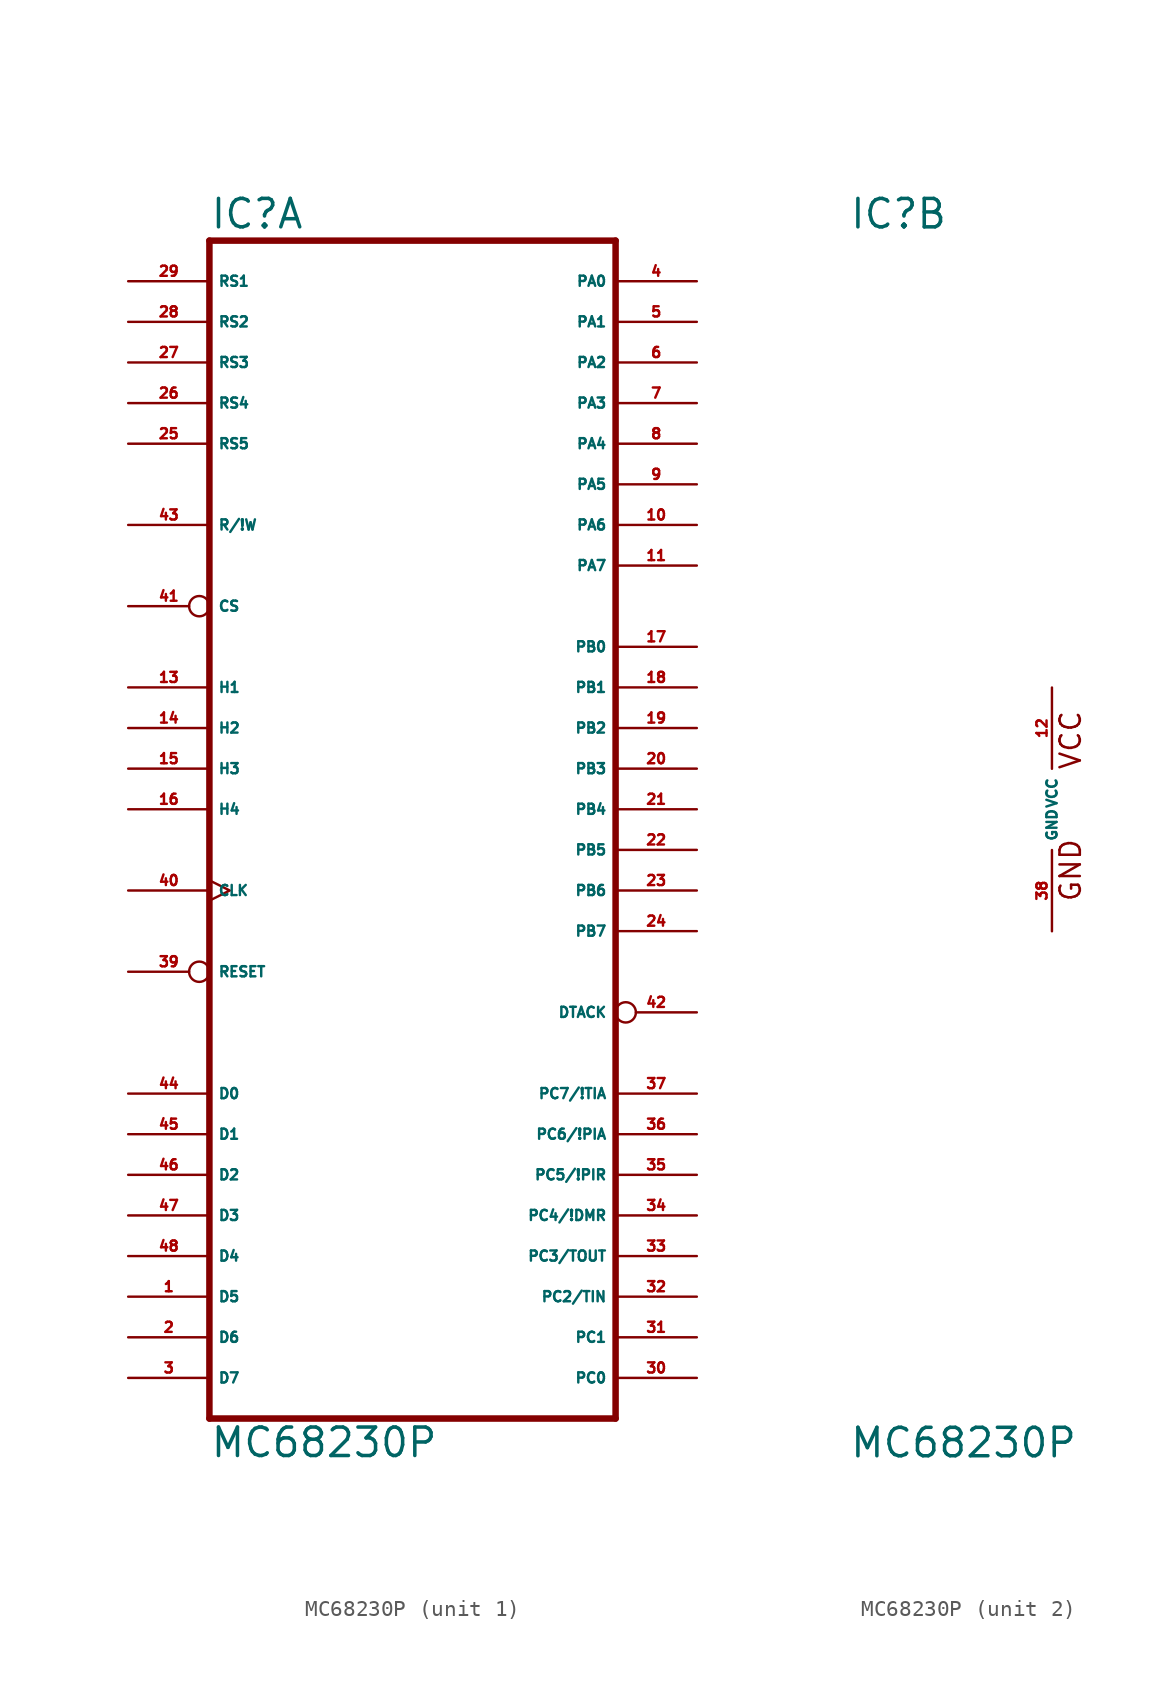
<source format=kicad_sym>
(kicad_symbol_lib
  (version 20220914)
  (generator Eagle2Kicad)
  (symbol "MC68230P"
    (property "Reference" "IC"
      (at -12.7 36.195 0)
      (effects (font (size 1.778 1.778) (thickness 0.22)) (justify left bottom)))
    (property "Value" "MC68230P"
      (at -12.7 -40.64 0)
      (effects (font (size 1.778 1.778) (thickness 0.22)) (justify left bottom)))
    (symbol "MC68230P_1_0"
      (polyline (pts (xy -12.7 -38.1) (xy 12.7 -38.1)) (stroke (width 0.406) (type default)) (fill (type none)))
      (polyline (pts (xy 12.7 -38.1) (xy 12.7 35.56)) (stroke (width 0.406) (type default)) (fill (type none)))
      (polyline (pts (xy 12.7 35.56) (xy -12.7 35.56)) (stroke (width 0.406) (type default)) (fill (type none)))
      (polyline (pts (xy -12.7 -38.1) (xy -12.7 35.56)) (stroke (width 0.406) (type default)) (fill (type none)))
      (pin input line (at -17.78 33.02 0) (length 5.08) (name "RS1" (effects (font (size 0.635 0.635) (thickness 0.08)) (justify left bottom))) (number "29" (effects (font (size 0.635 0.635) (thickness 0.08)) (justify left bottom))))
      (pin input line (at -17.78 30.48 0) (length 5.08) (name "RS2" (effects (font (size 0.635 0.635) (thickness 0.08)) (justify left bottom))) (number "28" (effects (font (size 0.635 0.635) (thickness 0.08)) (justify left bottom))))
      (pin input line (at -17.78 27.94 0) (length 5.08) (name "RS3" (effects (font (size 0.635 0.635) (thickness 0.08)) (justify left bottom))) (number "27" (effects (font (size 0.635 0.635) (thickness 0.08)) (justify left bottom))))
      (pin input line (at -17.78 25.4 0) (length 5.08) (name "RS4" (effects (font (size 0.635 0.635) (thickness 0.08)) (justify left bottom))) (number "26" (effects (font (size 0.635 0.635) (thickness 0.08)) (justify left bottom))))
      (pin input line (at -17.78 22.86 0) (length 5.08) (name "RS5" (effects (font (size 0.635 0.635) (thickness 0.08)) (justify left bottom))) (number "25" (effects (font (size 0.635 0.635) (thickness 0.08)) (justify left bottom))))
      (pin input line (at -17.78 17.78 0) (length 5.08) (name "R/!W" (effects (font (size 0.635 0.635) (thickness 0.08)) (justify left bottom))) (number "43" (effects (font (size 0.635 0.635) (thickness 0.08)) (justify left bottom))))
      (pin input inverted (at -17.78 12.7 0) (length 5.08) (name "CS" (effects (font (size 0.635 0.635) (thickness 0.08)) (justify left bottom))) (number "41" (effects (font (size 0.635 0.635) (thickness 0.08)) (justify left bottom))))
      (pin input line (at -17.78 7.62 0) (length 5.08) (name "H1" (effects (font (size 0.635 0.635) (thickness 0.08)) (justify left bottom))) (number "13" (effects (font (size 0.635 0.635) (thickness 0.08)) (justify left bottom))))
      (pin bidirectional line (at -17.78 5.08 0) (length 5.08) (name "H2" (effects (font (size 0.635 0.635) (thickness 0.08)) (justify left bottom))) (number "14" (effects (font (size 0.635 0.635) (thickness 0.08)) (justify left bottom))))
      (pin input line (at -17.78 2.54 0) (length 5.08) (name "H3" (effects (font (size 0.635 0.635) (thickness 0.08)) (justify left bottom))) (number "15" (effects (font (size 0.635 0.635) (thickness 0.08)) (justify left bottom))))
      (pin bidirectional line (at -17.78 0 0) (length 5.08) (name "H4" (effects (font (size 0.635 0.635) (thickness 0.08)) (justify left bottom))) (number "16" (effects (font (size 0.635 0.635) (thickness 0.08)) (justify left bottom))))
      (pin input clock (at -17.78 -5.08 0) (length 5.08) (name "CLK" (effects (font (size 0.635 0.635) (thickness 0.08)) (justify left bottom))) (number "40" (effects (font (size 0.635 0.635) (thickness 0.08)) (justify left bottom))))
      (pin bidirectional line (at -17.78 -17.78 0) (length 5.08) (name "D0" (effects (font (size 0.635 0.635) (thickness 0.08)) (justify left bottom))) (number "44" (effects (font (size 0.635 0.635) (thickness 0.08)) (justify left bottom))))
      (pin bidirectional line (at -17.78 -20.32 0) (length 5.08) (name "D1" (effects (font (size 0.635 0.635) (thickness 0.08)) (justify left bottom))) (number "45" (effects (font (size 0.635 0.635) (thickness 0.08)) (justify left bottom))))
      (pin bidirectional line (at -17.78 -22.86 0) (length 5.08) (name "D2" (effects (font (size 0.635 0.635) (thickness 0.08)) (justify left bottom))) (number "46" (effects (font (size 0.635 0.635) (thickness 0.08)) (justify left bottom))))
      (pin bidirectional line (at -17.78 -25.4 0) (length 5.08) (name "D3" (effects (font (size 0.635 0.635) (thickness 0.08)) (justify left bottom))) (number "47" (effects (font (size 0.635 0.635) (thickness 0.08)) (justify left bottom))))
      (pin bidirectional line (at -17.78 -27.94 0) (length 5.08) (name "D4" (effects (font (size 0.635 0.635) (thickness 0.08)) (justify left bottom))) (number "48" (effects (font (size 0.635 0.635) (thickness 0.08)) (justify left bottom))))
      (pin bidirectional line (at -17.78 -30.48 0) (length 5.08) (name "D5" (effects (font (size 0.635 0.635) (thickness 0.08)) (justify left bottom))) (number "1" (effects (font (size 0.635 0.635) (thickness 0.08)) (justify left bottom))))
      (pin bidirectional line (at -17.78 -33.02 0) (length 5.08) (name "D6" (effects (font (size 0.635 0.635) (thickness 0.08)) (justify left bottom))) (number "2" (effects (font (size 0.635 0.635) (thickness 0.08)) (justify left bottom))))
      (pin bidirectional line (at -17.78 -35.56 0) (length 5.08) (name "D7" (effects (font (size 0.635 0.635) (thickness 0.08)) (justify left bottom))) (number "3" (effects (font (size 0.635 0.635) (thickness 0.08)) (justify left bottom))))
      (pin bidirectional line (at 17.78 33.02 180) (length 5.08) (name "PA0" (effects (font (size 0.635 0.635) (thickness 0.08)) (justify left bottom))) (number "4" (effects (font (size 0.635 0.635) (thickness 0.08)) (justify left bottom))))
      (pin bidirectional line (at 17.78 30.48 180) (length 5.08) (name "PA1" (effects (font (size 0.635 0.635) (thickness 0.08)) (justify left bottom))) (number "5" (effects (font (size 0.635 0.635) (thickness 0.08)) (justify left bottom))))
      (pin bidirectional line (at 17.78 27.94 180) (length 5.08) (name "PA2" (effects (font (size 0.635 0.635) (thickness 0.08)) (justify left bottom))) (number "6" (effects (font (size 0.635 0.635) (thickness 0.08)) (justify left bottom))))
      (pin bidirectional line (at 17.78 25.4 180) (length 5.08) (name "PA3" (effects (font (size 0.635 0.635) (thickness 0.08)) (justify left bottom))) (number "7" (effects (font (size 0.635 0.635) (thickness 0.08)) (justify left bottom))))
      (pin bidirectional line (at 17.78 22.86 180) (length 5.08) (name "PA4" (effects (font (size 0.635 0.635) (thickness 0.08)) (justify left bottom))) (number "8" (effects (font (size 0.635 0.635) (thickness 0.08)) (justify left bottom))))
      (pin bidirectional line (at 17.78 20.32 180) (length 5.08) (name "PA5" (effects (font (size 0.635 0.635) (thickness 0.08)) (justify left bottom))) (number "9" (effects (font (size 0.635 0.635) (thickness 0.08)) (justify left bottom))))
      (pin bidirectional line (at 17.78 17.78 180) (length 5.08) (name "PA6" (effects (font (size 0.635 0.635) (thickness 0.08)) (justify left bottom))) (number "10" (effects (font (size 0.635 0.635) (thickness 0.08)) (justify left bottom))))
      (pin bidirectional line (at 17.78 15.24 180) (length 5.08) (name "PA7" (effects (font (size 0.635 0.635) (thickness 0.08)) (justify left bottom))) (number "11" (effects (font (size 0.635 0.635) (thickness 0.08)) (justify left bottom))))
      (pin bidirectional line (at 17.78 10.16 180) (length 5.08) (name "PB0" (effects (font (size 0.635 0.635) (thickness 0.08)) (justify left bottom))) (number "17" (effects (font (size 0.635 0.635) (thickness 0.08)) (justify left bottom))))
      (pin bidirectional line (at 17.78 7.62 180) (length 5.08) (name "PB1" (effects (font (size 0.635 0.635) (thickness 0.08)) (justify left bottom))) (number "18" (effects (font (size 0.635 0.635) (thickness 0.08)) (justify left bottom))))
      (pin bidirectional line (at 17.78 5.08 180) (length 5.08) (name "PB2" (effects (font (size 0.635 0.635) (thickness 0.08)) (justify left bottom))) (number "19" (effects (font (size 0.635 0.635) (thickness 0.08)) (justify left bottom))))
      (pin bidirectional line (at 17.78 2.54 180) (length 5.08) (name "PB3" (effects (font (size 0.635 0.635) (thickness 0.08)) (justify left bottom))) (number "20" (effects (font (size 0.635 0.635) (thickness 0.08)) (justify left bottom))))
      (pin bidirectional line (at 17.78 0 180) (length 5.08) (name "PB4" (effects (font (size 0.635 0.635) (thickness 0.08)) (justify left bottom))) (number "21" (effects (font (size 0.635 0.635) (thickness 0.08)) (justify left bottom))))
      (pin bidirectional line (at 17.78 -2.54 180) (length 5.08) (name "PB5" (effects (font (size 0.635 0.635) (thickness 0.08)) (justify left bottom))) (number "22" (effects (font (size 0.635 0.635) (thickness 0.08)) (justify left bottom))))
      (pin bidirectional line (at 17.78 -5.08 180) (length 5.08) (name "PB6" (effects (font (size 0.635 0.635) (thickness 0.08)) (justify left bottom))) (number "23" (effects (font (size 0.635 0.635) (thickness 0.08)) (justify left bottom))))
      (pin bidirectional line (at 17.78 -7.62 180) (length 5.08) (name "PB7" (effects (font (size 0.635 0.635) (thickness 0.08)) (justify left bottom))) (number "24" (effects (font (size 0.635 0.635) (thickness 0.08)) (justify left bottom))))
      (pin bidirectional line (at 17.78 -17.78 180) (length 5.08) (name "PC7/!TIA" (effects (font (size 0.635 0.635) (thickness 0.08)) (justify left bottom))) (number "37" (effects (font (size 0.635 0.635) (thickness 0.08)) (justify left bottom))))
      (pin bidirectional line (at 17.78 -20.32 180) (length 5.08) (name "PC6/!PIA" (effects (font (size 0.635 0.635) (thickness 0.08)) (justify left bottom))) (number "36" (effects (font (size 0.635 0.635) (thickness 0.08)) (justify left bottom))))
      (pin bidirectional line (at 17.78 -22.86 180) (length 5.08) (name "PC5/!PIR" (effects (font (size 0.635 0.635) (thickness 0.08)) (justify left bottom))) (number "35" (effects (font (size 0.635 0.635) (thickness 0.08)) (justify left bottom))))
      (pin bidirectional line (at 17.78 -25.4 180) (length 5.08) (name "PC4/!DMR" (effects (font (size 0.635 0.635) (thickness 0.08)) (justify left bottom))) (number "34" (effects (font (size 0.635 0.635) (thickness 0.08)) (justify left bottom))))
      (pin bidirectional line (at 17.78 -27.94 180) (length 5.08) (name "PC3/TOUT" (effects (font (size 0.635 0.635) (thickness 0.08)) (justify left bottom))) (number "33" (effects (font (size 0.635 0.635) (thickness 0.08)) (justify left bottom))))
      (pin bidirectional line (at 17.78 -33.02 180) (length 5.08) (name "PC1" (effects (font (size 0.635 0.635) (thickness 0.08)) (justify left bottom))) (number "31" (effects (font (size 0.635 0.635) (thickness 0.08)) (justify left bottom))))
      (pin bidirectional line (at 17.78 -30.48 180) (length 5.08) (name "PC2/TIN" (effects (font (size 0.635 0.635) (thickness 0.08)) (justify left bottom))) (number "32" (effects (font (size 0.635 0.635) (thickness 0.08)) (justify left bottom))))
      (pin bidirectional line (at 17.78 -35.56 180) (length 5.08) (name "PC0" (effects (font (size 0.635 0.635) (thickness 0.08)) (justify left bottom))) (number "30" (effects (font (size 0.635 0.635) (thickness 0.08)) (justify left bottom))))
      (pin input inverted (at -17.78 -10.16 0) (length 5.08) (name "RESET" (effects (font (size 0.635 0.635) (thickness 0.08)) (justify left bottom))) (number "39" (effects (font (size 0.635 0.635) (thickness 0.08)) (justify left bottom))))
      (pin output inverted (at 17.78 -12.7 180) (length 5.08) (name "DTACK" (effects (font (size 0.635 0.635) (thickness 0.08)) (justify left bottom))) (number "42" (effects (font (size 0.635 0.635) (thickness 0.08)) (justify left bottom)))))
    (symbol "MC68230P_2_0"
      (text "GND" (at 1.905 -5.842 900) (effects (font (size 1.27 1.27) (thickness 0.16)) (justify left bottom)))
      (text "VCC" (at 1.905 2.413 900) (effects (font (size 1.27 1.27) (thickness 0.16)) (justify left bottom)))
      (pin unspecified line (at 0 -7.62 90) (length 5.08) (name "GND" (effects (font (size 0.635 0.635) (thickness 0.08)) (justify left bottom))) (number "38" (effects (font (size 0.635 0.635) (thickness 0.08)) (justify left bottom))))
      (pin unspecified line (at 0 7.62 270) (length 5.08) (name "VCC" (effects (font (size 0.635 0.635) (thickness 0.08)) (justify left bottom))) (number "12" (effects (font (size 0.635 0.635) (thickness 0.08)) (justify left bottom)))))))
</source>
